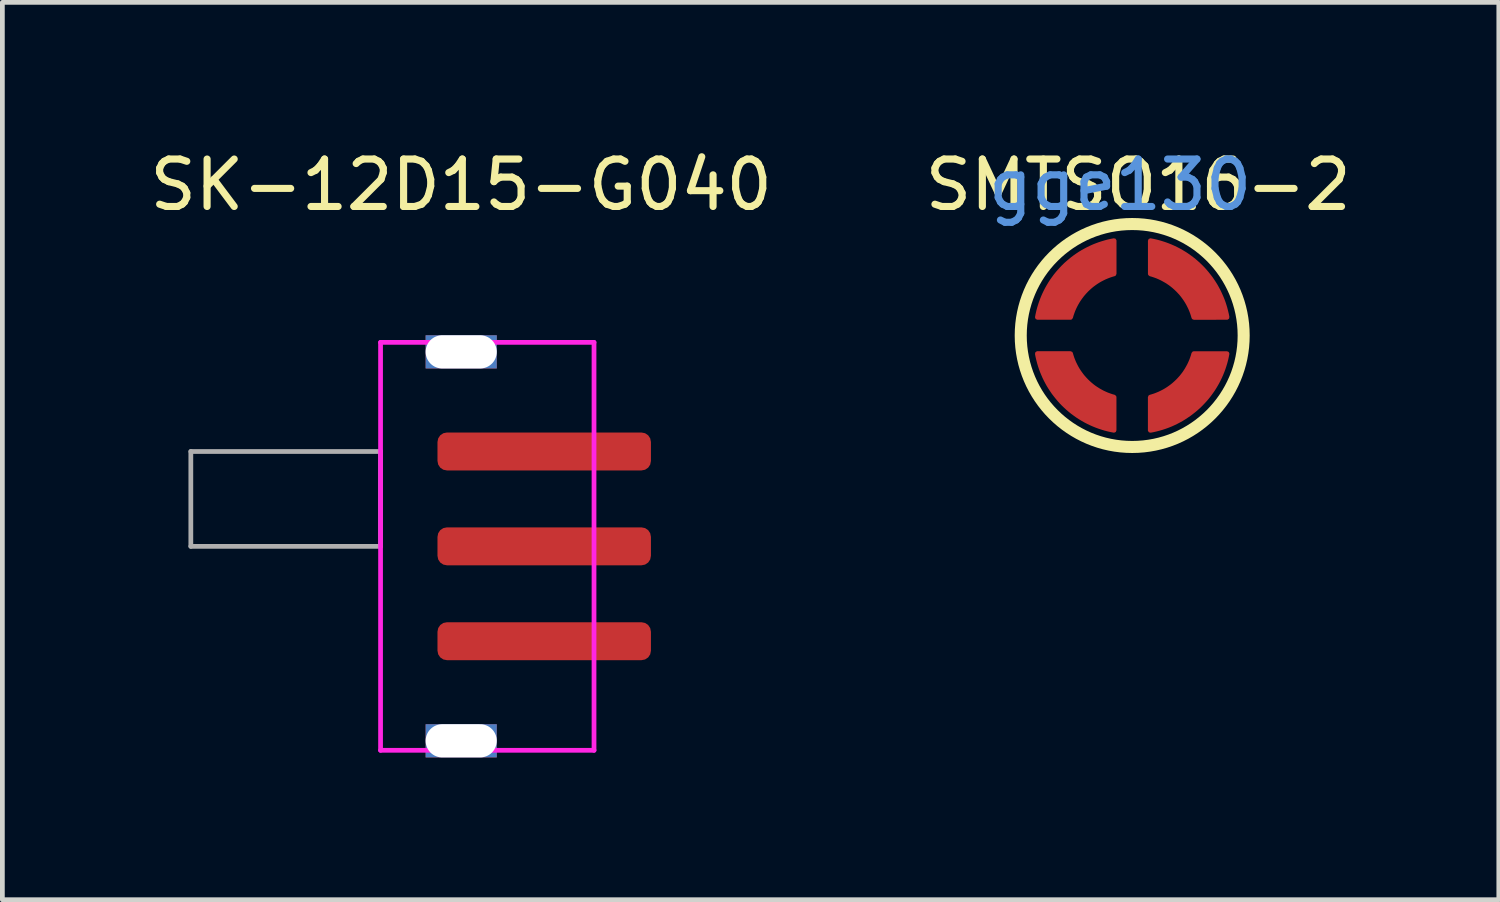
<source format=kicad_pcb>
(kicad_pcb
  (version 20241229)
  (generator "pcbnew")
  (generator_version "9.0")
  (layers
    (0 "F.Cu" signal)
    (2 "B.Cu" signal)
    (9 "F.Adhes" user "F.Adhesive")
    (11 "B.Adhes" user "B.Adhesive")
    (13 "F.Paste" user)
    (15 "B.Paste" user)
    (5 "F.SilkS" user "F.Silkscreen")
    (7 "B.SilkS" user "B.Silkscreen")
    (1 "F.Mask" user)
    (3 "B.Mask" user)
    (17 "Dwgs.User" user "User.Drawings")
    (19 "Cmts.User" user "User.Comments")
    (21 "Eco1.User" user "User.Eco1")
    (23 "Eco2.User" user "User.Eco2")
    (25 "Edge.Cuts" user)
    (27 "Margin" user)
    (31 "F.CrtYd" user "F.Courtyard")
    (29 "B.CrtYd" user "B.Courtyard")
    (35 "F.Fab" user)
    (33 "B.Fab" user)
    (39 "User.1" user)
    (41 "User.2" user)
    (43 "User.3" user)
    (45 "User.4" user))
  (footprint "SK-12D15-G040"
    (layer "F.Cu")
    (at 6.673 8.468)
    (property "Reference" "SK-12D15-G040" (at 0 -7.62 0) (unlocked yes) (layer "F.SilkS") (effects (font (size 1 1) (thickness 0.15))))
    (attr smd)
    (fp_line (start -1.7 -4.3) (end -1.7 4.3) (stroke (width 0.1) (type default)) (layer "F.CrtYd"))
    (fp_line (start -1.7 4.3) (end 2.8 4.3) (stroke (width 0.1) (type default)) (layer "F.CrtYd"))
    (fp_line (start 2.8 -4.3) (end -1.7 -4.3) (stroke (width 0.1) (type default)) (layer "F.CrtYd"))
    (fp_line (start 2.8 -4.3) (end 2.8 4.3) (stroke (width 0.1) (type default)) (layer "F.CrtYd"))
    (fp_line (start -5.7 -2) (end -1.7 -2) (stroke (width 0.1) (type default)) (layer "F.Fab"))
    (fp_line (start -5.7 0) (end -5.7 -2) (stroke (width 0.1) (type default)) (layer "F.Fab"))
    (fp_line (start -1.7 0) (end -5.7 0) (stroke (width 0.1) (type default)) (layer "F.Fab"))
    (fp_line (start -1.7 0) (end -1.7 -2) (stroke (width 0.1) (type default)) (layer "F.Fab"))
    (pad "" np_thru_hole rect (at 0 -4.1) (size 1.5 0.7) (drill oval 1.5 0.7) (layers "*.Cu"))
    (pad "" np_thru_hole rect (at 0 4.1) (size 1.5 0.7) (drill oval 1.5 0.7) (layers "*.Cu"))
    (pad "1" smd roundrect (at 1.75 -2) (size 4.5 0.8) (layers "F.Cu" "F.Mask" "F.Paste") (roundrect_rratio 0.25))
    (pad "2" smd roundrect (at 1.75 0) (size 4.5 0.8) (layers "F.Cu" "F.Mask" "F.Paste") (roundrect_rratio 0.25))
    (pad "3" smd roundrect (at 1.75 2) (size 4.5 0.8) (layers "F.Cu" "F.Mask" "F.Paste") (roundrect_rratio 0.25)))
  (footprint "SMTSO16-2"
    (layer "F.Cu")
    (at 20.819 4.023)
    (property "Reference" "SMTSO16-2" (at 0.127 -3.175 0) (unlocked yes) (layer "F.SilkS") (effects (font (size 1 1) (thickness 0.15))))
    (attr smd)
    (fp_circle (center 0 0) (end 2.35 0) (stroke (width 0.254) (type solid)) (fill no) (layer "F.SilkS"))
    (fp_text user "gge130" (at -0.254 -3.175 0) (layer "Cmts.User") (effects (font (size 1 1) (thickness 0.15))))
    (pad "1" smd custom (at -1.191 1.158 180) (size 0.1 0.1) (layers "F.Cu" "F.Mask" "F.Paste") (options (anchor circle)) (primitives (gr_poly (pts (xy 0.109 0.777) (xy 0.094 0.726) (xy 0.078 0.677) (xy 0.059 0.628) (xy 0.039 0.58) (xy 0.016 0.533) (xy -0.008 0.486) (xy -0.034 0.441) (xy -0.062 0.397) (xy -0.092 0.354) (xy -0.123 0.312) (xy -0.156 0.272) (xy -0.191 0.233) (xy -0.227 0.195) (xy -0.265 0.159) (xy -0.304 0.124) (xy -0.344 0.091) (xy -0.386 0.059) (xy -0.429 0.03) (xy -0.473 0.002) (xy -0.519 -0.024) (xy -0.565 -0.049) (xy -0.612 -0.071) (xy -0.66 -0.092) (xy -0.709 -0.11) (xy -0.759 -0.127) (xy -0.809 -0.141) (xy -0.809 -0.841) (xy -0.746 -0.829) (xy -0.684 -0.815) (xy -0.622 -0.799) (xy -0.56 -0.78) (xy -0.499 -0.76) (xy -0.439 -0.738) (xy -0.38 -0.714) (xy -0.321 -0.688) (xy -0.263 -0.66) (xy -0.207 -0.631) (xy -0.151 -0.599) (xy -0.096 -0.566) (xy -0.042 -0.531) (xy 0.01 -0.494) (xy 0.062 -0.456) (xy 0.112 -0.416) (xy 0.161 -0.374) (xy 0.208 -0.331) (xy 0.254 -0.287) (xy 0.299 -0.241) (xy 0.342 -0.193) (xy 0.383 -0.144) (xy 0.423 -0.094) (xy 0.462 -0.043) (xy 0.498 0.01) (xy 0.533 0.063) (xy 0.567 0.118) (xy 0.598 0.174) (xy 0.628 0.231) (xy 0.656 0.289) (xy 0.681 0.347) (xy 0.706 0.407) (xy 0.728 0.467) (xy 0.748 0.528) (xy 0.766 0.589) (xy 0.782 0.651) (xy 0.797 0.714) (xy 0.809 0.777) (xy 0.109 0.777)) (width 0.1) (fill yes))))
    (pad "1" smd custom (at -1.158 -1.191 90) (size 0.1 0.1) (layers "F.Cu" "F.Mask" "F.Paste") (options (anchor circle)) (primitives (gr_poly (pts (xy 0.109 0.777) (xy 0.094 0.726) (xy 0.078 0.677) (xy 0.059 0.628) (xy 0.039 0.58) (xy 0.016 0.533) (xy -0.008 0.486) (xy -0.034 0.441) (xy -0.062 0.397) (xy -0.092 0.354) (xy -0.123 0.312) (xy -0.156 0.272) (xy -0.191 0.233) (xy -0.227 0.195) (xy -0.265 0.159) (xy -0.304 0.124) (xy -0.344 0.091) (xy -0.386 0.06) (xy -0.429 0.03) (xy -0.473 0.002) (xy -0.518 -0.024) (xy -0.565 -0.049) (xy -0.612 -0.071) (xy -0.66 -0.092) (xy -0.709 -0.11) (xy -0.758 -0.127) (xy -0.809 -0.141) (xy -0.809 -0.841) (xy -0.746 -0.829) (xy -0.684 -0.815) (xy -0.622 -0.799) (xy -0.56 -0.78) (xy -0.499 -0.76) (xy -0.439 -0.738) (xy -0.38 -0.714) (xy -0.321 -0.688) (xy -0.263 -0.66) (xy -0.207 -0.631) (xy -0.151 -0.599) (xy -0.096 -0.566) (xy -0.042 -0.531) (xy 0.01 -0.494) (xy 0.062 -0.456) (xy 0.112 -0.416) (xy 0.161 -0.374) (xy 0.208 -0.331) (xy 0.254 -0.287) (xy 0.299 -0.241) (xy 0.342 -0.193) (xy 0.383 -0.144) (xy 0.424 -0.094) (xy 0.462 -0.043) (xy 0.499 0.01) (xy 0.534 0.063) (xy 0.567 0.118) (xy 0.598 0.174) (xy 0.628 0.231) (xy 0.656 0.289) (xy 0.682 0.347) (xy 0.706 0.407) (xy 0.728 0.467) (xy 0.748 0.528) (xy 0.766 0.589) (xy 0.783 0.651) (xy 0.797 0.714) (xy 0.809 0.777) (xy 0.109 0.777)) (width 0.1) (fill yes))))
    (pad "1" smd custom (at 1.158 1.191 270) (size 0.1 0.1) (layers "F.Cu" "F.Mask" "F.Paste") (options (anchor circle)) (primitives (gr_poly (pts (xy 0.109 0.777) (xy 0.094 0.726) (xy 0.078 0.677) (xy 0.059 0.628) (xy 0.039 0.58) (xy 0.016 0.533) (xy -0.008 0.486) (xy -0.034 0.441) (xy -0.062 0.397) (xy -0.092 0.354) (xy -0.123 0.312) (xy -0.156 0.272) (xy -0.191 0.233) (xy -0.227 0.195) (xy -0.265 0.159) (xy -0.304 0.124) (xy -0.344 0.091) (xy -0.386 0.059) (xy -0.429 0.03) (xy -0.473 0.002) (xy -0.519 -0.024) (xy -0.565 -0.049) (xy -0.612 -0.071) (xy -0.66 -0.092) (xy -0.709 -0.11) (xy -0.758 -0.127) (xy -0.809 -0.141) (xy -0.809 -0.841) (xy -0.746 -0.829) (xy -0.684 -0.815) (xy -0.622 -0.799) (xy -0.56 -0.78) (xy -0.499 -0.76) (xy -0.439 -0.738) (xy -0.38 -0.714) (xy -0.321 -0.688) (xy -0.263 -0.66) (xy -0.207 -0.631) (xy -0.151 -0.599) (xy -0.096 -0.566) (xy -0.042 -0.531) (xy 0.01 -0.494) (xy 0.062 -0.456) (xy 0.112 -0.416) (xy 0.161 -0.374) (xy 0.208 -0.331) (xy 0.254 -0.287) (xy 0.299 -0.241) (xy 0.342 -0.193) (xy 0.383 -0.144) (xy 0.423 -0.094) (xy 0.462 -0.043) (xy 0.498 0.01) (xy 0.533 0.063) (xy 0.567 0.118) (xy 0.598 0.174) (xy 0.628 0.231) (xy 0.656 0.289) (xy 0.682 0.347) (xy 0.706 0.407) (xy 0.728 0.467) (xy 0.748 0.528) (xy 0.766 0.589) (xy 0.782 0.651) (xy 0.797 0.714) (xy 0.809 0.777) (xy 0.109 0.777)) (width 0.1) (fill yes))))
    (pad "1" smd custom (at 1.191 -1.158) (size 0.1 0.1) (layers "F.Cu" "F.Mask" "F.Paste") (options (anchor circle)) (primitives (gr_poly (pts (xy 0.109 0.777) (xy 0.094 0.726) (xy 0.078 0.677) (xy 0.059 0.628) (xy 0.039 0.58) (xy 0.016 0.533) (xy -0.008 0.486) (xy -0.034 0.441) (xy -0.062 0.397) (xy -0.092 0.354) (xy -0.123 0.312) (xy -0.156 0.272) (xy -0.191 0.233) (xy -0.227 0.195) (xy -0.265 0.159) (xy -0.304 0.124) (xy -0.344 0.091) (xy -0.386 0.059) (xy -0.429 0.03) (xy -0.473 0.002) (xy -0.519 -0.024) (xy -0.565 -0.049) (xy -0.612 -0.071) (xy -0.66 -0.092) (xy -0.709 -0.11) (xy -0.759 -0.127) (xy -0.809 -0.141) (xy -0.809 -0.841) (xy -0.746 -0.829) (xy -0.684 -0.815) (xy -0.622 -0.799) (xy -0.56 -0.78) (xy -0.499 -0.76) (xy -0.439 -0.738) (xy -0.38 -0.714) (xy -0.321 -0.688) (xy -0.263 -0.66) (xy -0.207 -0.631) (xy -0.151 -0.599) (xy -0.096 -0.566) (xy -0.042 -0.531) (xy 0.01 -0.494) (xy 0.062 -0.456) (xy 0.112 -0.416) (xy 0.161 -0.374) (xy 0.208 -0.331) (xy 0.254 -0.287) (xy 0.299 -0.241) (xy 0.342 -0.193) (xy 0.383 -0.144) (xy 0.423 -0.094) (xy 0.462 -0.043) (xy 0.498 0.01) (xy 0.533 0.063) (xy 0.567 0.118) (xy 0.598 0.174) (xy 0.628 0.231) (xy 0.655 0.289) (xy 0.681 0.347) (xy 0.706 0.407) (xy 0.728 0.467) (xy 0.748 0.528) (xy 0.766 0.589) (xy 0.782 0.651) (xy 0.797 0.714) (xy 0.809 0.776) (xy 0.109 0.777)) (width 0.1) (fill yes)))))
  (gr_rect
    (start -3 -3)
    (end 28.548 15.918)
    (stroke (width 0.1) (type default))
    (fill no)
    (layer "Edge.Cuts")))
</source>
